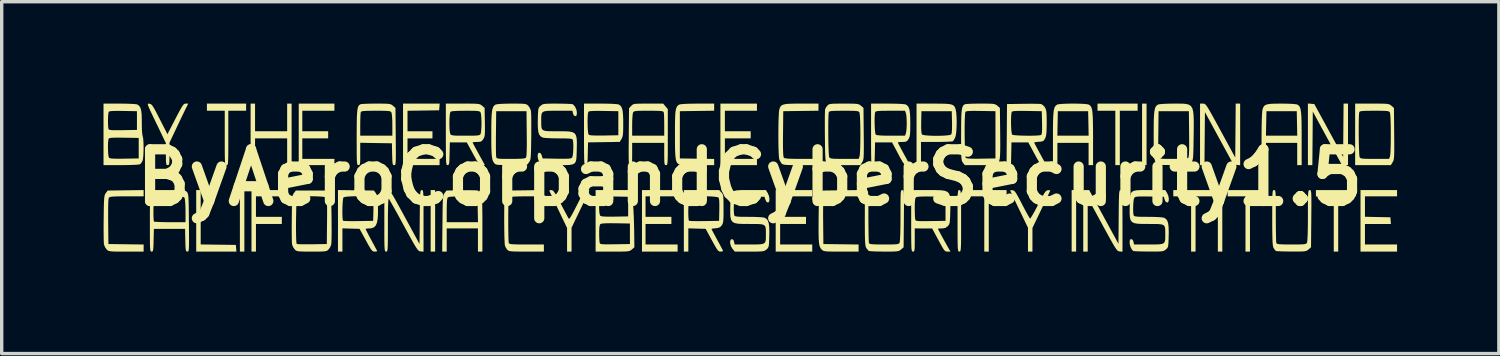
<source format=kicad_pcb>
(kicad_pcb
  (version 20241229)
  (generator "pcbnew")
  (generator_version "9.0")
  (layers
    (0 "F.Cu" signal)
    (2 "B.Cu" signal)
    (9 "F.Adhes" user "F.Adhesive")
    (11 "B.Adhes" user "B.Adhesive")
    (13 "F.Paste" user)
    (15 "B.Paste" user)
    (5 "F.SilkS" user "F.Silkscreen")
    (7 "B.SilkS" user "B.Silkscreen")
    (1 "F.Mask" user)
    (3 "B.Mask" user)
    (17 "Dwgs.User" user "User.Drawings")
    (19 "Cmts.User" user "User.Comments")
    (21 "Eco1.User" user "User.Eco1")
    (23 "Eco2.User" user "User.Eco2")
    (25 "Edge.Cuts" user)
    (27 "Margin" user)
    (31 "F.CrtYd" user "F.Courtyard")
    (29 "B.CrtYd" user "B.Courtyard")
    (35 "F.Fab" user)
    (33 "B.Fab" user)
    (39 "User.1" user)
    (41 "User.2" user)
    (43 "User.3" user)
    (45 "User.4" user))
  (footprint "ByAeroCorpandCyberSecurity1.5"
    (layer "F.Cu")
    (at 19.043 2.183)
    (property "Reference" "ByAeroCorpandCyberSecurity1.5" (at 0 0 0) (layer "F.SilkS") (effects (font (size 1.524 1.524) (thickness 0.3))))
    (attr board_only exclude_from_pos_files exclude_from_bom)
    (fp_poly (pts (xy -14.893 2.18) (xy -15.025 2.18) (xy -15.025 0.368) (xy -14.893 0.368)) (stroke (width 0) (type solid)) (fill yes) (layer "F.SilkS"))
    (fp_poly (pts (xy -9.272 2.18) (xy -9.404 2.18) (xy -9.404 0.368) (xy -9.272 0.368)) (stroke (width 0) (type solid)) (fill yes) (layer "F.SilkS"))
    (fp_poly (pts (xy 9.614 2.18) (xy 9.482 2.18) (xy 9.482 0.368) (xy 9.614 0.368)) (stroke (width 0) (type solid)) (fill yes) (layer "F.SilkS"))
    (fp_poly (pts (xy 11.689 -0.368) (xy 11.557 -0.368) (xy 11.557 -2.18) (xy 11.689 -2.18)) (stroke (width 0) (type solid)) (fill yes) (layer "F.SilkS"))
    (fp_poly (pts (xy 13.921 2.18) (xy 13.79 2.18) (xy 13.79 0.368) (xy 13.921 0.368)) (stroke (width 0) (type solid)) (fill yes) (layer "F.SilkS"))
    (fp_poly (pts (xy -16.18 1.969) (xy -15.662 1.976) (xy -15.143 1.983) (xy -15.135 2.082) (xy -15.127 2.18) (xy -16.312 2.18) (xy -16.312 0.368) (xy -16.18 0.368)) (stroke (width 0) (type solid)) (fill yes) (layer "F.SilkS"))
    (fp_poly (pts (xy 7.565 0.552) (xy 7.04 0.552) (xy 7.04 2.18) (xy 6.908 2.18) (xy 6.908 0.552) (xy 6.383 0.552) (xy 6.383 0.368) (xy 7.565 0.368)) (stroke (width 0) (type solid)) (fill yes) (layer "F.SilkS"))
    (fp_poly (pts (xy 11.426 -1.97) (xy 10.901 -1.97) (xy 10.901 -0.368) (xy 10.769 -0.368) (xy 10.769 -1.97) (xy 10.244 -1.97) (xy 10.244 -2.18) (xy 11.426 -2.18)) (stroke (width 0) (type solid)) (fill yes) (layer "F.SilkS"))
    (fp_poly (pts (xy 13.659 0.552) (xy 13.133 0.552) (xy 13.133 2.18) (xy 13.002 2.18) (xy 13.002 0.552) (xy 12.477 0.552) (xy 12.477 0.368) (xy 13.659 0.368)) (stroke (width 0) (type solid)) (fill yes) (layer "F.SilkS"))
    (fp_poly (pts (xy 15.261 0.552) (xy 14.736 0.552) (xy 14.736 2.18) (xy 14.604 2.18) (xy 14.604 0.552) (xy 14.079 0.552) (xy 14.079 0.368) (xy 15.261 0.368)) (stroke (width 0) (type solid)) (fill yes) (layer "F.SilkS"))
    (fp_poly (pts (xy 17.861 0.552) (xy 17.336 0.552) (xy 17.336 2.18) (xy 17.205 2.18) (xy 17.205 0.552) (xy 16.679 0.552) (xy 16.679 0.368) (xy 17.861 0.368)) (stroke (width 0) (type solid)) (fill yes) (layer "F.SilkS"))
    (fp_poly (pts (xy -13.606 0.552) (xy -14.552 0.552) (xy -14.552 1.156) (xy -13.79 1.156) (xy -13.79 1.366) (xy -14.552 1.366) (xy -14.552 2.18) (xy -14.683 2.18) (xy -14.683 0.368) (xy -13.606 0.368)) (stroke (width 0) (type solid)) (fill yes) (layer "F.SilkS"))
    (fp_poly (pts (xy -14.578 -1.366) (xy -13.632 -1.366) (xy -13.632 -2.18) (xy -13.501 -2.18) (xy -13.501 -0.368) (xy -13.632 -0.368) (xy -13.632 -1.156) (xy -14.578 -1.156) (xy -14.578 -0.368) (xy -14.709 -0.368) (xy -14.709 -2.18) (xy -14.578 -2.18)) (stroke (width 0) (type solid)) (fill yes) (layer "F.SilkS"))
    (fp_poly (pts (xy -12.24 -1.97) (xy -13.186 -1.97) (xy -13.186 -1.366) (xy -12.424 -1.366) (xy -12.424 -1.156) (xy -13.186 -1.156) (xy -13.186 -0.552) (xy -12.24 -0.552) (xy -12.24 -0.368) (xy -13.291 -0.368) (xy -13.291 -2.18) (xy -12.24 -2.18)) (stroke (width 0) (type solid)) (fill yes) (layer "F.SilkS"))
    (fp_poly (pts (xy -2.128 0.552) (xy -3.073 0.552) (xy -3.073 1.156) (xy -2.311 1.156) (xy -2.311 1.366) (xy -3.073 1.366) (xy -3.073 1.97) (xy -2.128 1.97) (xy -2.128 2.18) (xy -3.178 2.18) (xy -3.178 0.368) (xy -2.128 0.368)) (stroke (width 0) (type solid)) (fill yes) (layer "F.SilkS"))
    (fp_poly (pts (xy 0.21 -1.97) (xy -0.735 -1.97) (xy -0.735 -1.366) (xy 0.026 -1.366) (xy 0.026 -1.156) (xy -0.735 -1.156) (xy -0.735 -0.552) (xy 0.21 -0.552) (xy 0.21 -0.368) (xy -0.867 -0.368) (xy -0.867 -2.18) (xy 0.21 -2.18)) (stroke (width 0) (type solid)) (fill yes) (layer "F.SilkS"))
    (fp_poly (pts (xy 1.839 0.552) (xy 0.893 0.552) (xy 0.893 1.156) (xy 1.655 1.156) (xy 1.655 1.366) (xy 0.893 1.366) (xy 0.893 1.97) (xy 1.839 1.97) (xy 1.839 2.18) (xy 0.762 2.18) (xy 0.762 0.368) (xy 1.839 0.368)) (stroke (width 0) (type solid)) (fill yes) (layer "F.SilkS"))
    (fp_poly (pts (xy 16.632 -2.167) (xy 17.056 -1.389) (xy 17.481 -0.61) (xy 17.494 -2.18) (xy 17.625 -2.18) (xy 17.625 -0.368) (xy 17.447 -0.368) (xy 17.017 -1.157) (xy 16.587 -1.947) (xy 16.581 -1.157) (xy 16.574 -0.368) (xy 16.443 -0.368) (xy 16.443 -2.183)) (stroke (width 0) (type solid)) (fill yes) (layer "F.SilkS"))
    (fp_poly (pts (xy 19.07 0.552) (xy 18.124 0.552) (xy 18.124 1.154) (xy 18.873 1.169) (xy 18.881 1.267) (xy 18.889 1.366) (xy 18.124 1.366) (xy 18.124 1.97) (xy 19.07 1.97) (xy 19.07 2.18) (xy 17.993 2.18) (xy 17.993 0.368) (xy 19.07 0.368)) (stroke (width 0) (type solid)) (fill yes) (layer "F.SilkS"))
    (fp_poly (pts (xy -9.146 -2.082) (xy -9.154 -1.983) (xy -9.62 -1.976) (xy -10.086 -1.969) (xy -10.086 -1.366) (xy -9.351 -1.366) (xy -9.351 -1.156) (xy -10.086 -1.156) (xy -10.086 -0.552) (xy -9.141 -0.552) (xy -9.141 -0.368) (xy -10.218 -0.368) (xy -10.218 -2.18) (xy -9.138 -2.18)) (stroke (width 0) (type solid)) (fill yes) (layer "F.SilkS"))
    (fp_poly (pts (xy 13.374 -2.179) (xy 13.396 -2.174) (xy 13.418 -2.159) (xy 13.445 -2.131) (xy 13.478 -2.084) (xy 13.521 -2.015) (xy 13.577 -1.918) (xy 13.649 -1.789) (xy 13.74 -1.624) (xy 13.852 -1.418) (xy 13.87 -1.386) (xy 14.302 -0.591) (xy 14.309 -1.386) (xy 14.316 -2.18) (xy 14.447 -2.18) (xy 14.447 -0.365) (xy 14.253 -0.381) (xy 13.831 -1.155) (xy 13.409 -1.93) (xy 13.395 -0.368) (xy 13.265 -0.368) (xy 13.265 -2.18) (xy 13.351 -2.18)) (stroke (width 0) (type solid)) (fill yes) (layer "F.SilkS"))
    (fp_poly (pts (xy -14.841 -1.97) (xy -15.366 -1.97) (xy -15.366 -1.169) (xy -15.366 -0.943) (xy -15.367 -0.764) (xy -15.368 -0.627) (xy -15.371 -0.525) (xy -15.375 -0.455) (xy -15.38 -0.409) (xy -15.389 -0.383) (xy -15.399 -0.371) (xy -15.413 -0.368) (xy -15.419 -0.368) (xy -15.433 -0.369) (xy -15.445 -0.377) (xy -15.454 -0.398) (xy -15.461 -0.436) (xy -15.465 -0.497) (xy -15.468 -0.587) (xy -15.47 -0.711) (xy -15.471 -0.874) (xy -15.471 -1.083) (xy -15.471 -1.169) (xy -15.471 -1.97) (xy -15.996 -1.97) (xy -15.996 -2.18) (xy -14.841 -2.18)) (stroke (width 0) (type solid)) (fill yes) (layer "F.SilkS"))
    (fp_poly (pts (xy -1.051 -1.971) (xy -1.556 -1.964) (xy -2.062 -1.957) (xy -2.062 -0.565) (xy -1.051 -0.55) (xy -1.051 -0.368) (xy -1.558 -0.368) (xy -1.755 -0.369) (xy -1.905 -0.373) (xy -2.011 -0.379) (xy -2.078 -0.389) (xy -2.108 -0.401) (xy -2.136 -0.427) (xy -2.159 -0.464) (xy -2.176 -0.517) (xy -2.188 -0.591) (xy -2.197 -0.693) (xy -2.203 -0.828) (xy -2.205 -1.003) (xy -2.206 -1.224) (xy -2.206 -1.277) (xy -2.206 -1.506) (xy -2.203 -1.688) (xy -2.199 -1.83) (xy -2.19 -1.937) (xy -2.177 -2.016) (xy -2.159 -2.071) (xy -2.135 -2.11) (xy -2.103 -2.137) (xy -2.077 -2.153) (xy -2.033 -2.162) (xy -1.944 -2.17) (xy -1.819 -2.176) (xy -1.664 -2.179) (xy -1.538 -2.18) (xy -1.051 -2.18)) (stroke (width 0) (type solid)) (fill yes) (layer "F.SilkS"))
    (fp_poly (pts (xy 6.187 0.369) (xy 6.198 0.377) (xy 6.207 0.396) (xy 6.214 0.431) (xy 6.218 0.488) (xy 6.222 0.573) (xy 6.224 0.689) (xy 6.225 0.842) (xy 6.225 1.038) (xy 6.225 1.274) (xy 6.225 1.516) (xy 6.225 1.71) (xy 6.224 1.863) (xy 6.222 1.978) (xy 6.218 2.061) (xy 6.213 2.118) (xy 6.207 2.153) (xy 6.198 2.171) (xy 6.186 2.179) (xy 6.173 2.18) (xy 6.159 2.179) (xy 6.147 2.171) (xy 6.139 2.152) (xy 6.132 2.117) (xy 6.127 2.059) (xy 6.124 1.975) (xy 6.122 1.859) (xy 6.121 1.706) (xy 6.12 1.51) (xy 6.12 1.274) (xy 6.12 1.032) (xy 6.121 0.838) (xy 6.122 0.685) (xy 6.124 0.57) (xy 6.127 0.487) (xy 6.132 0.43) (xy 6.139 0.395) (xy 6.148 0.376) (xy 6.159 0.369) (xy 6.173 0.368)) (stroke (width 0) (type solid)) (fill yes) (layer "F.SilkS"))
    (fp_poly (pts (xy 10.43 1.16) (xy 10.861 1.951) (xy 10.868 1.16) (xy 10.87 0.935) (xy 10.872 0.757) (xy 10.875 0.621) (xy 10.879 0.521) (xy 10.883 0.452) (xy 10.89 0.407) (xy 10.898 0.382) (xy 10.909 0.371) (xy 10.923 0.368) (xy 10.927 0.368) (xy 10.941 0.369) (xy 10.952 0.377) (xy 10.961 0.396) (xy 10.968 0.432) (xy 10.973 0.49) (xy 10.976 0.575) (xy 10.978 0.692) (xy 10.979 0.846) (xy 10.979 1.042) (xy 10.98 1.276) (xy 10.98 2.183) (xy 10.896 2.175) (xy 10.872 2.171) (xy 10.85 2.162) (xy 10.826 2.142) (xy 10.797 2.107) (xy 10.76 2.053) (xy 10.712 1.974) (xy 10.651 1.867) (xy 10.572 1.726) (xy 10.474 1.547) (xy 10.383 1.38) (xy 9.955 0.593) (xy 9.955 2.18) (xy 9.824 2.18) (xy 9.824 0.368) (xy 9.999 0.368)) (stroke (width 0) (type solid)) (fill yes) (layer "F.SilkS"))
    (fp_poly (pts (xy 15.827 -2.178) (xy 15.963 -2.173) (xy 16.065 -2.165) (xy 16.125 -2.155) (xy 16.132 -2.152) (xy 16.166 -2.13) (xy 16.193 -2.1) (xy 16.215 -2.056) (xy 16.231 -1.994) (xy 16.243 -1.908) (xy 16.251 -1.792) (xy 16.256 -1.641) (xy 16.258 -1.45) (xy 16.259 -1.213) (xy 16.259 -1.157) (xy 16.259 -0.368) (xy 16.128 -0.368) (xy 16.128 -1.024) (xy 15.208 -1.024) (xy 15.208 -0.368) (xy 15.077 -0.368) (xy 15.077 -1.136) (xy 15.078 -1.235) (xy 15.207 -1.235) (xy 16.129 -1.235) (xy 16.122 -1.596) (xy 16.115 -1.957) (xy 15.222 -1.957) (xy 15.214 -1.596) (xy 15.207 -1.235) (xy 15.078 -1.235) (xy 15.078 -1.355) (xy 15.081 -1.553) (xy 15.085 -1.724) (xy 15.091 -1.86) (xy 15.098 -1.956) (xy 15.105 -2.002) (xy 15.125 -2.064) (xy 15.153 -2.109) (xy 15.195 -2.141) (xy 15.26 -2.162) (xy 15.355 -2.174) (xy 15.487 -2.179) (xy 15.663 -2.18)) (stroke (width 0) (type solid)) (fill yes) (layer "F.SilkS"))
    (fp_poly (pts (xy 7.742 0.373) (xy 7.77 0.38) (xy 7.798 0.4) (xy 7.83 0.438) (xy 7.87 0.501) (xy 7.923 0.597) (xy 7.993 0.73) (xy 8.024 0.791) (xy 8.094 0.925) (xy 8.156 1.041) (xy 8.208 1.131) (xy 8.243 1.189) (xy 8.258 1.207) (xy 8.277 1.186) (xy 8.315 1.126) (xy 8.369 1.034) (xy 8.432 0.916) (xy 8.495 0.797) (xy 8.573 0.646) (xy 8.632 0.536) (xy 8.677 0.461) (xy 8.711 0.413) (xy 8.74 0.386) (xy 8.768 0.375) (xy 8.78 0.373) (xy 8.832 0.37) (xy 8.852 0.377) (xy 8.841 0.403) (xy 8.811 0.47) (xy 8.764 0.57) (xy 8.703 0.697) (xy 8.633 0.845) (xy 8.589 0.936) (xy 8.327 1.484) (xy 8.327 2.18) (xy 8.195 2.18) (xy 8.195 1.477) (xy 7.933 0.932) (xy 7.858 0.777) (xy 7.791 0.638) (xy 7.736 0.521) (xy 7.696 0.435) (xy 7.673 0.385) (xy 7.67 0.376) (xy 7.692 0.37)) (stroke (width 0) (type solid)) (fill yes) (layer "F.SilkS"))
    (fp_poly (pts (xy -4.748 0.371) (xy -4.728 0.378) (xy -4.739 0.403) (xy -4.77 0.469) (xy -4.817 0.569) (xy -4.877 0.696) (xy -4.948 0.843) (xy -4.991 0.932) (xy -5.253 1.477) (xy -5.253 2.18) (xy -5.385 2.18) (xy -5.385 1.484) (xy -5.647 0.936) (xy -5.722 0.78) (xy -5.788 0.641) (xy -5.843 0.524) (xy -5.884 0.438) (xy -5.906 0.388) (xy -5.91 0.378) (xy -5.888 0.37) (xy -5.846 0.368) (xy -5.819 0.373) (xy -5.792 0.392) (xy -5.76 0.432) (xy -5.718 0.498) (xy -5.662 0.598) (xy -5.588 0.737) (xy -5.572 0.768) (xy -5.501 0.903) (xy -5.438 1.023) (xy -5.386 1.119) (xy -5.351 1.185) (xy -5.337 1.208) (xy -5.322 1.211) (xy -5.296 1.183) (xy -5.257 1.121) (xy -5.202 1.02) (xy -5.128 0.877) (xy -5.093 0.808) (xy -5.015 0.653) (xy -4.957 0.54) (xy -4.912 0.461) (xy -4.879 0.411) (xy -4.851 0.383) (xy -4.826 0.37) (xy -4.801 0.368)) (stroke (width 0) (type solid)) (fill yes) (layer "F.SilkS"))
    (fp_poly (pts (xy 9.725 -2.177) (xy 9.844 -2.172) (xy 9.934 -2.163) (xy 9.984 -2.152) (xy 9.985 -2.152) (xy 10.019 -2.13) (xy 10.047 -2.1) (xy 10.068 -2.056) (xy 10.085 -1.994) (xy 10.096 -1.908) (xy 10.104 -1.792) (xy 10.109 -1.641) (xy 10.112 -1.45) (xy 10.113 -1.213) (xy 10.113 -1.157) (xy 10.113 -0.368) (xy 9.981 -0.368) (xy 9.981 -1.024) (xy 9.062 -1.024) (xy 9.062 -0.368) (xy 8.931 -0.368) (xy 8.931 -1.157) (xy 8.931 -1.235) (xy 9.061 -1.235) (xy 9.983 -1.235) (xy 9.976 -1.596) (xy 9.968 -1.957) (xy 9.075 -1.957) (xy 9.068 -1.596) (xy 9.061 -1.235) (xy 8.931 -1.235) (xy 8.931 -1.404) (xy 8.933 -1.605) (xy 8.938 -1.764) (xy 8.945 -1.886) (xy 8.956 -1.978) (xy 8.971 -2.045) (xy 8.992 -2.092) (xy 9.018 -2.124) (xy 9.05 -2.147) (xy 9.058 -2.152) (xy 9.106 -2.163) (xy 9.194 -2.171) (xy 9.312 -2.177) (xy 9.448 -2.18) (xy 9.589 -2.18)) (stroke (width 0) (type solid)) (fill yes) (layer "F.SilkS"))
    (fp_poly (pts (xy -17.861 0.552) (xy -18.357 0.552) (xy -18.54 0.552) (xy -18.677 0.555) (xy -18.773 0.56) (xy -18.837 0.568) (xy -18.872 0.579) (xy -18.883 0.588) (xy -18.893 0.62) (xy -18.901 0.692) (xy -18.905 0.807) (xy -18.907 0.966) (xy -18.907 1.174) (xy -18.906 1.29) (xy -18.899 1.957) (xy -18.38 1.964) (xy -17.861 1.971) (xy -17.861 2.18) (xy -18.375 2.18) (xy -18.551 2.18) (xy -18.683 2.179) (xy -18.777 2.176) (xy -18.842 2.17) (xy -18.886 2.161) (xy -18.915 2.148) (xy -18.938 2.13) (xy -18.951 2.117) (xy -19.001 2.045) (xy -19.03 1.966) (xy -19.034 1.916) (xy -19.037 1.822) (xy -19.039 1.692) (xy -19.04 1.533) (xy -19.04 1.355) (xy -19.038 1.204) (xy -19.036 0.997) (xy -19.033 0.836) (xy -19.029 0.715) (xy -19.024 0.626) (xy -19.017 0.563) (xy -19.008 0.519) (xy -18.996 0.487) (xy -18.98 0.462) (xy -18.975 0.455) (xy -18.92 0.381) (xy -18.391 0.374) (xy -17.861 0.367)) (stroke (width 0) (type solid)) (fill yes) (layer "F.SilkS"))
    (fp_poly (pts (xy 3.205 0.552) (xy 2.709 0.552) (xy 2.526 0.552) (xy 2.389 0.555) (xy 2.293 0.56) (xy 2.229 0.568) (xy 2.194 0.579) (xy 2.183 0.588) (xy 2.173 0.62) (xy 2.165 0.692) (xy 2.161 0.807) (xy 2.159 0.966) (xy 2.159 1.174) (xy 2.16 1.29) (xy 2.167 1.957) (xy 2.686 1.964) (xy 3.205 1.971) (xy 3.205 2.18) (xy 2.691 2.18) (xy 2.515 2.18) (xy 2.383 2.179) (xy 2.289 2.176) (xy 2.224 2.17) (xy 2.18 2.161) (xy 2.151 2.148) (xy 2.128 2.13) (xy 2.115 2.118) (xy 2.088 2.085) (xy 2.066 2.045) (xy 2.049 1.991) (xy 2.038 1.917) (xy 2.03 1.817) (xy 2.026 1.686) (xy 2.025 1.518) (xy 2.026 1.305) (xy 2.027 1.177) (xy 2.03 0.975) (xy 2.033 0.819) (xy 2.037 0.701) (xy 2.042 0.616) (xy 2.05 0.555) (xy 2.06 0.513) (xy 2.073 0.483) (xy 2.09 0.457) (xy 2.091 0.455) (xy 2.146 0.381) (xy 2.675 0.374) (xy 3.205 0.367)) (stroke (width 0) (type solid)) (fill yes) (layer "F.SilkS"))
    (fp_poly (pts (xy 2.023 -1.971) (xy 1.504 -1.964) (xy 0.985 -1.957) (xy 0.978 -1.29) (xy 0.976 -1.059) (xy 0.977 -0.877) (xy 0.981 -0.741) (xy 0.987 -0.649) (xy 0.996 -0.598) (xy 1.001 -0.588) (xy 1.023 -0.574) (xy 1.069 -0.565) (xy 1.145 -0.558) (xy 1.257 -0.554) (xy 1.411 -0.552) (xy 1.527 -0.552) (xy 2.023 -0.552) (xy 2.023 -0.368) (xy 1.501 -0.368) (xy 1.321 -0.368) (xy 1.186 -0.37) (xy 1.089 -0.373) (xy 1.022 -0.379) (xy 0.979 -0.389) (xy 0.952 -0.401) (xy 0.938 -0.414) (xy 0.898 -0.473) (xy 0.869 -0.534) (xy 0.86 -0.584) (xy 0.853 -0.677) (xy 0.847 -0.805) (xy 0.843 -0.959) (xy 0.841 -1.128) (xy 0.841 -1.305) (xy 0.842 -1.48) (xy 0.845 -1.645) (xy 0.85 -1.789) (xy 0.856 -1.905) (xy 0.864 -1.983) (xy 0.868 -2.002) (xy 0.886 -2.059) (xy 0.91 -2.103) (xy 0.946 -2.134) (xy 1.002 -2.156) (xy 1.083 -2.17) (xy 1.198 -2.177) (xy 1.352 -2.18) (xy 1.516 -2.18) (xy 2.023 -2.18)) (stroke (width 0) (type solid)) (fill yes) (layer "F.SilkS"))
    (fp_poly (pts (xy -16.61 -2.055) (xy -16.641 -1.991) (xy -16.69 -1.89) (xy -16.752 -1.762) (xy -16.821 -1.617) (xy -16.886 -1.479) (xy -17.1 -1.027) (xy -17.1 -0.697) (xy -17.1 -0.561) (xy -17.102 -0.468) (xy -17.108 -0.411) (xy -17.118 -0.381) (xy -17.134 -0.369) (xy -17.152 -0.368) (xy -17.174 -0.371) (xy -17.189 -0.386) (xy -17.198 -0.421) (xy -17.203 -0.485) (xy -17.205 -0.587) (xy -17.205 -0.691) (xy -17.205 -1.014) (xy -17.456 -1.538) (xy -17.549 -1.73) (xy -17.621 -1.88) (xy -17.674 -1.993) (xy -17.71 -2.074) (xy -17.731 -2.128) (xy -17.739 -2.16) (xy -17.735 -2.176) (xy -17.722 -2.18) (xy -17.701 -2.178) (xy -17.684 -2.175) (xy -17.657 -2.168) (xy -17.63 -2.15) (xy -17.599 -2.114) (xy -17.561 -2.054) (xy -17.51 -1.963) (xy -17.444 -1.836) (xy -17.386 -1.723) (xy -17.16 -1.279) (xy -16.926 -1.73) (xy -16.845 -1.886) (xy -16.783 -2.001) (xy -16.736 -2.082) (xy -16.701 -2.134) (xy -16.673 -2.164) (xy -16.647 -2.177) (xy -16.621 -2.18) (xy -16.62 -2.18) (xy -16.547 -2.18)) (stroke (width 0) (type solid)) (fill yes) (layer "F.SilkS"))
    (fp_poly (pts (xy -8.225 0.372) (xy -8.117 0.373) (xy -8.044 0.377) (xy -8.021 0.38) (xy -7.973 0.411) (xy -7.928 0.472) (xy -7.923 0.483) (xy -7.91 0.515) (xy -7.901 0.559) (xy -7.893 0.619) (xy -7.888 0.703) (xy -7.884 0.815) (xy -7.882 0.962) (xy -7.88 1.15) (xy -7.88 1.376) (xy -7.88 2.18) (xy -8.011 2.18) (xy -8.011 1.497) (xy -8.931 1.497) (xy -8.931 2.18) (xy -9.064 2.18) (xy -9.057 1.355) (xy -9.056 1.313) (xy -8.931 1.313) (xy -8.01 1.313) (xy -8.025 0.565) (xy -8.441 0.557) (xy -8.628 0.556) (xy -8.764 0.559) (xy -8.852 0.567) (xy -8.894 0.58) (xy -8.894 0.58) (xy -8.91 0.607) (xy -8.921 0.662) (xy -8.927 0.751) (xy -8.93 0.882) (xy -8.931 0.962) (xy -8.931 1.313) (xy -9.056 1.313) (xy -9.054 1.124) (xy -9.052 0.94) (xy -9.049 0.797) (xy -9.045 0.689) (xy -9.04 0.609) (xy -9.033 0.553) (xy -9.024 0.513) (xy -9.013 0.485) (xy -8.998 0.462) (xy -8.994 0.455) (xy -8.938 0.381) (xy -8.508 0.373) (xy -8.359 0.372)) (stroke (width 0) (type solid)) (fill yes) (layer "F.SilkS"))
    (fp_poly (pts (xy 5.611 -2.179) (xy 5.758 -2.176) (xy 5.867 -2.168) (xy 5.944 -2.153) (xy 5.995 -2.13) (xy 6.029 -2.097) (xy 6.051 -2.051) (xy 6.066 -2.002) (xy 6.082 -1.914) (xy 6.091 -1.793) (xy 6.095 -1.653) (xy 6.092 -1.509) (xy 6.085 -1.374) (xy 6.072 -1.263) (xy 6.054 -1.189) (xy 6.053 -1.189) (xy 6.02 -1.122) (xy 5.987 -1.077) (xy 5.981 -1.072) (xy 5.946 -1.065) (xy 5.867 -1.059) (xy 5.754 -1.055) (xy 5.616 -1.052) (xy 5.496 -1.051) (xy 5.043 -1.051) (xy 5.043 -0.368) (xy 4.912 -0.368) (xy 4.912 -1.464) (xy 5.048 -1.464) (xy 5.054 -1.347) (xy 5.066 -1.282) (xy 5.072 -1.271) (xy 5.111 -1.256) (xy 5.19 -1.244) (xy 5.299 -1.236) (xy 5.427 -1.232) (xy 5.56 -1.232) (xy 5.689 -1.235) (xy 5.801 -1.243) (xy 5.886 -1.254) (xy 5.931 -1.269) (xy 5.934 -1.271) (xy 5.949 -1.319) (xy 5.957 -1.418) (xy 5.958 -1.568) (xy 5.957 -1.632) (xy 5.949 -1.957) (xy 5.056 -1.957) (xy 5.049 -1.632) (xy 5.048 -1.464) (xy 4.912 -1.464) (xy 4.912 -2.18) (xy 5.418 -2.18)) (stroke (width 0) (type solid)) (fill yes) (layer "F.SilkS"))
    (fp_poly (pts (xy -6.068 0.552) (xy -6.561 0.552) (xy -6.758 0.553) (xy -6.905 0.557) (xy -7.007 0.564) (xy -7.067 0.574) (xy -7.087 0.583) (xy -7.098 0.611) (xy -7.106 0.675) (xy -7.112 0.777) (xy -7.116 0.921) (xy -7.118 1.112) (xy -7.118 1.251) (xy -7.118 1.43) (xy -7.116 1.594) (xy -7.113 1.733) (xy -7.11 1.841) (xy -7.105 1.909) (xy -7.102 1.928) (xy -7.091 1.943) (xy -7.064 1.954) (xy -7.016 1.961) (xy -6.939 1.966) (xy -6.826 1.969) (xy -6.671 1.97) (xy -6.577 1.97) (xy -6.068 1.97) (xy -6.068 2.18) (xy -6.58 2.18) (xy -6.757 2.18) (xy -6.89 2.178) (xy -6.985 2.175) (xy -7.05 2.169) (xy -7.093 2.16) (xy -7.122 2.147) (xy -7.143 2.129) (xy -7.144 2.128) (xy -7.191 2.062) (xy -7.216 2.004) (xy -7.222 1.958) (xy -7.226 1.868) (xy -7.231 1.741) (xy -7.234 1.585) (xy -7.236 1.408) (xy -7.237 1.23) (xy -7.236 1.019) (xy -7.236 0.855) (xy -7.234 0.73) (xy -7.23 0.637) (xy -7.224 0.572) (xy -7.216 0.526) (xy -7.205 0.494) (xy -7.191 0.468) (xy -7.181 0.455) (xy -7.126 0.381) (xy -6.597 0.374) (xy -6.068 0.367)) (stroke (width 0) (type solid)) (fill yes) (layer "F.SilkS"))
    (fp_poly (pts (xy -4.227 -2.179) (xy -4.079 -2.175) (xy -3.963 -2.168) (xy -3.886 -2.16) (xy -3.86 -2.153) (xy -3.812 -2.118) (xy -3.777 -2.068) (xy -3.753 -1.994) (xy -3.739 -1.89) (xy -3.731 -1.746) (xy -3.73 -1.597) (xy -3.731 -1.444) (xy -3.734 -1.334) (xy -3.741 -1.256) (xy -3.753 -1.201) (xy -3.77 -1.158) (xy -3.782 -1.137) (xy -3.833 -1.052) (xy -4.3 -1.045) (xy -4.767 -1.038) (xy -4.775 -0.703) (xy -4.778 -0.565) (xy -4.783 -0.471) (xy -4.79 -0.413) (xy -4.801 -0.382) (xy -4.817 -0.37) (xy -4.834 -0.368) (xy -4.848 -0.369) (xy -4.859 -0.377) (xy -4.867 -0.397) (xy -4.874 -0.434) (xy -4.879 -0.492) (xy -4.882 -0.578) (xy -4.884 -0.696) (xy -4.885 -0.851) (xy -4.886 -1.049) (xy -4.886 -1.274) (xy -4.886 -1.705) (xy -4.781 -1.705) (xy -4.78 -1.587) (xy -4.777 -1.471) (xy -4.77 -1.37) (xy -4.76 -1.297) (xy -4.748 -1.265) (xy -4.718 -1.252) (xy -4.652 -1.244) (xy -4.547 -1.24) (xy -4.398 -1.239) (xy -4.295 -1.24) (xy -3.874 -1.248) (xy -3.874 -1.957) (xy -4.306 -1.964) (xy -4.477 -1.966) (xy -4.602 -1.965) (xy -4.687 -1.96) (xy -4.737 -1.951) (xy -4.758 -1.938) (xy -4.758 -1.938) (xy -4.77 -1.894) (xy -4.777 -1.812) (xy -4.781 -1.705) (xy -4.886 -1.705) (xy -4.886 -2.18) (xy -4.398 -2.18)) (stroke (width 0) (type solid)) (fill yes) (layer "F.SilkS"))
    (fp_poly (pts (xy -3.501 0.439) (xy -3.479 0.499) (xy -3.459 0.61) (xy -3.442 0.767) (xy -3.428 0.968) (xy -3.417 1.21) (xy -3.409 1.49) (xy -3.406 1.69) (xy -3.402 2.053) (xy -3.475 2.117) (xy -3.503 2.139) (xy -3.531 2.155) (xy -3.569 2.166) (xy -3.624 2.174) (xy -3.705 2.178) (xy -3.819 2.18) (xy -3.975 2.18) (xy -4.047 2.18) (xy -4.544 2.18) (xy -4.544 1.643) (xy -4.439 1.643) (xy -4.437 1.755) (xy -4.433 1.85) (xy -4.426 1.914) (xy -4.423 1.929) (xy -4.411 1.945) (xy -4.385 1.956) (xy -4.336 1.963) (xy -4.259 1.966) (xy -4.144 1.966) (xy -3.984 1.964) (xy -3.97 1.964) (xy -3.533 1.957) (xy -3.533 1.353) (xy -3.95 1.345) (xy -4.136 1.344) (xy -4.272 1.347) (xy -4.36 1.355) (xy -4.402 1.368) (xy -4.403 1.368) (xy -4.422 1.403) (xy -4.434 1.474) (xy -4.439 1.588) (xy -4.439 1.643) (xy -4.544 1.643) (xy -4.544 0.908) (xy -4.44 0.908) (xy -4.435 1.008) (xy -4.423 1.086) (xy -4.407 1.125) (xy -4.375 1.138) (xy -4.308 1.147) (xy -4.2 1.151) (xy -4.047 1.151) (xy -3.98 1.15) (xy -3.585 1.143) (xy -3.585 0.565) (xy -3.976 0.557) (xy -4.157 0.556) (xy -4.288 0.56) (xy -4.37 0.569) (xy -4.403 0.58) (xy -4.421 0.621) (xy -4.433 0.699) (xy -4.44 0.8) (xy -4.44 0.908) (xy -4.544 0.908) (xy -4.544 0.368) (xy -3.547 0.368)) (stroke (width 0) (type solid)) (fill yes) (layer "F.SilkS"))
    (fp_poly (pts (xy 18.506 -2.18) (xy 18.635 -2.179) (xy 18.728 -2.176) (xy 18.792 -2.17) (xy 18.835 -2.16) (xy 18.866 -2.146) (xy 18.893 -2.126) (xy 18.904 -2.117) (xy 18.978 -2.053) (xy 18.985 -1.296) (xy 18.987 -1.076) (xy 18.988 -0.902) (xy 18.987 -0.768) (xy 18.985 -0.667) (xy 18.98 -0.594) (xy 18.974 -0.542) (xy 18.964 -0.504) (xy 18.952 -0.475) (xy 18.939 -0.453) (xy 18.887 -0.368) (xy 17.835 -0.368) (xy 17.835 -1.377) (xy 17.94 -1.377) (xy 17.941 -1.211) (xy 17.943 -1.049) (xy 17.947 -0.899) (xy 17.952 -0.771) (xy 17.957 -0.672) (xy 17.964 -0.613) (xy 17.967 -0.602) (xy 17.981 -0.583) (xy 18.004 -0.57) (xy 18.045 -0.561) (xy 18.111 -0.555) (xy 18.21 -0.553) (xy 18.351 -0.552) (xy 18.415 -0.552) (xy 18.835 -0.552) (xy 18.86 -0.619) (xy 18.869 -0.668) (xy 18.876 -0.758) (xy 18.881 -0.882) (xy 18.884 -1.028) (xy 18.885 -1.188) (xy 18.885 -1.353) (xy 18.884 -1.513) (xy 18.88 -1.659) (xy 18.875 -1.781) (xy 18.868 -1.87) (xy 18.86 -1.917) (xy 18.859 -1.919) (xy 18.845 -1.938) (xy 18.822 -1.952) (xy 18.782 -1.961) (xy 18.717 -1.966) (xy 18.619 -1.969) (xy 18.48 -1.97) (xy 18.402 -1.97) (xy 18.239 -1.969) (xy 18.122 -1.967) (xy 18.043 -1.962) (xy 17.993 -1.954) (xy 17.967 -1.943) (xy 17.956 -1.928) (xy 17.95 -1.885) (xy 17.945 -1.799) (xy 17.942 -1.679) (xy 17.94 -1.536) (xy 17.94 -1.377) (xy 17.835 -1.377) (xy 17.835 -2.18) (xy 18.333 -2.18)) (stroke (width 0) (type solid)) (fill yes) (layer "F.SilkS"))
    (fp_poly (pts (xy -11.606 0.374) (xy -11.077 0.381) (xy -11.022 0.455) (xy -10.997 0.495) (xy -10.98 0.544) (xy -10.969 0.614) (xy -10.962 0.716) (xy -10.957 0.833) (xy -10.955 1.043) (xy -10.964 1.207) (xy -10.986 1.328) (xy -11.023 1.413) (xy -11.077 1.466) (xy -11.15 1.492) (xy -11.215 1.497) (xy -11.281 1.501) (xy -11.318 1.511) (xy -11.321 1.515) (xy -11.309 1.543) (xy -11.276 1.608) (xy -11.227 1.702) (xy -11.167 1.814) (xy -11.15 1.845) (xy -11.088 1.96) (xy -11.036 2.057) (xy -10.998 2.129) (xy -10.98 2.166) (xy -10.98 2.168) (xy -11.002 2.177) (xy -11.056 2.18) (xy -11.088 2.177) (xy -11.116 2.163) (xy -11.147 2.131) (xy -11.186 2.073) (xy -11.239 1.984) (xy -11.309 1.856) (xy -11.315 1.845) (xy -11.499 1.51) (xy -11.751 1.503) (xy -12.004 1.495) (xy -12.004 2.18) (xy -12.135 2.18) (xy -12.135 1.033) (xy -12.005 1.033) (xy -12.003 1.14) (xy -11.997 1.222) (xy -11.988 1.267) (xy -11.986 1.27) (xy -11.955 1.276) (xy -11.88 1.28) (xy -11.771 1.282) (xy -11.638 1.282) (xy -11.533 1.281) (xy -11.098 1.274) (xy -11.09 0.949) (xy -11.089 0.781) (xy -11.095 0.664) (xy -11.107 0.599) (xy -11.113 0.588) (xy -11.151 0.574) (xy -11.229 0.563) (xy -11.338 0.555) (xy -11.464 0.55) (xy -11.597 0.549) (xy -11.726 0.552) (xy -11.838 0.558) (xy -11.924 0.568) (xy -11.97 0.581) (xy -11.972 0.583) (xy -11.984 0.62) (xy -11.993 0.696) (xy -12 0.798) (xy -12.004 0.915) (xy -12.005 1.033) (xy -12.135 1.033) (xy -12.135 0.367)) (stroke (width 0) (type solid)) (fill yes) (layer "F.SilkS"))
    (fp_poly (pts (xy -2.485 -2.099) (xy -2.417 -2.019) (xy -2.417 -1.193) (xy -2.417 -0.963) (xy -2.417 -0.781) (xy -2.418 -0.64) (xy -2.421 -0.535) (xy -2.425 -0.462) (xy -2.43 -0.414) (xy -2.438 -0.385) (xy -2.448 -0.372) (xy -2.461 -0.368) (xy -2.469 -0.368) (xy -2.491 -0.371) (xy -2.506 -0.385) (xy -2.515 -0.42) (xy -2.52 -0.484) (xy -2.521 -0.585) (xy -2.522 -0.696) (xy -2.522 -1.024) (xy -3.467 -1.024) (xy -3.467 -0.696) (xy -3.468 -0.56) (xy -3.47 -0.468) (xy -3.475 -0.411) (xy -3.486 -0.381) (xy -3.502 -0.369) (xy -3.521 -0.368) (xy -3.536 -0.369) (xy -3.547 -0.376) (xy -3.556 -0.395) (xy -3.563 -0.43) (xy -3.567 -0.487) (xy -3.569 -0.572) (xy -3.57 -0.69) (xy -3.57 -0.845) (xy -3.568 -1.045) (xy -3.567 -1.206) (xy -3.567 -1.235) (xy -3.467 -1.235) (xy -2.522 -1.235) (xy -2.522 -1.561) (xy -2.523 -1.69) (xy -2.526 -1.802) (xy -2.531 -1.885) (xy -2.537 -1.928) (xy -2.538 -1.928) (xy -2.55 -1.944) (xy -2.579 -1.955) (xy -2.631 -1.963) (xy -2.715 -1.967) (xy -2.837 -1.97) (xy -2.983 -1.97) (xy -3.143 -1.97) (xy -3.259 -1.968) (xy -3.338 -1.964) (xy -3.388 -1.956) (xy -3.418 -1.945) (xy -3.435 -1.928) (xy -3.44 -1.919) (xy -3.451 -1.874) (xy -3.459 -1.788) (xy -3.465 -1.675) (xy -3.467 -1.551) (xy -3.467 -1.235) (xy -3.567 -1.235) (xy -3.559 -2.045) (xy -3.495 -2.112) (xy -3.471 -2.137) (xy -3.445 -2.155) (xy -3.41 -2.167) (xy -3.357 -2.175) (xy -3.277 -2.178) (xy -3.163 -2.18) (xy -3.005 -2.18) (xy -2.553 -2.18)) (stroke (width 0) (type solid)) (fill yes) (layer "F.SilkS"))
    (fp_poly (pts (xy 6.961 -2.18) (xy 7.075 -2.178) (xy 7.154 -2.174) (xy 7.207 -2.165) (xy 7.245 -2.152) (xy 7.275 -2.133) (xy 7.294 -2.117) (xy 7.368 -2.053) (xy 7.376 -1.348) (xy 7.378 -1.113) (xy 7.379 -0.924) (xy 7.377 -0.776) (xy 7.373 -0.662) (xy 7.366 -0.578) (xy 7.355 -0.517) (xy 7.34 -0.473) (xy 7.32 -0.441) (xy 7.301 -0.419) (xy 7.278 -0.4) (xy 7.248 -0.387) (xy 7.202 -0.378) (xy 7.132 -0.372) (xy 7.03 -0.369) (xy 6.888 -0.368) (xy 6.792 -0.368) (xy 6.334 -0.368) (xy 6.28 -0.437) (xy 6.264 -0.459) (xy 6.251 -0.485) (xy 6.242 -0.521) (xy 6.235 -0.574) (xy 6.23 -0.648) (xy 6.227 -0.752) (xy 6.226 -0.89) (xy 6.225 -1.07) (xy 6.225 -1.253) (xy 6.226 -1.403) (xy 6.329 -1.403) (xy 6.33 -1.238) (xy 6.332 -1.074) (xy 6.336 -0.92) (xy 6.341 -0.785) (xy 6.347 -0.678) (xy 6.355 -0.607) (xy 6.362 -0.583) (xy 6.393 -0.569) (xy 6.459 -0.561) (xy 6.564 -0.557) (xy 6.713 -0.556) (xy 6.816 -0.558) (xy 7.237 -0.565) (xy 7.237 -1.957) (xy 6.805 -1.964) (xy 6.634 -1.966) (xy 6.509 -1.965) (xy 6.424 -1.96) (xy 6.374 -1.951) (xy 6.352 -1.938) (xy 6.352 -1.938) (xy 6.344 -1.899) (xy 6.338 -1.817) (xy 6.333 -1.701) (xy 6.33 -1.56) (xy 6.329 -1.403) (xy 6.226 -1.403) (xy 6.226 -1.491) (xy 6.228 -1.682) (xy 6.232 -1.832) (xy 6.24 -1.945) (xy 6.251 -2.028) (xy 6.267 -2.086) (xy 6.288 -2.125) (xy 6.315 -2.149) (xy 6.345 -2.164) (xy 6.385 -2.169) (xy 6.467 -2.174) (xy 6.582 -2.178) (xy 6.719 -2.18) (xy 6.804 -2.18)) (stroke (width 0) (type solid)) (fill yes) (layer "F.SilkS"))
    (fp_poly (pts (xy -10.66 0.369) (xy -10.638 0.374) (xy -10.616 0.389) (xy -10.589 0.417) (xy -10.556 0.464) (xy -10.513 0.533) (xy -10.457 0.63) (xy -10.385 0.759) (xy -10.294 0.924) (xy -10.182 1.13) (xy -10.164 1.162) (xy -9.732 1.957) (xy -9.725 1.162) (xy -9.723 0.937) (xy -9.721 0.759) (xy -9.718 0.623) (xy -9.715 0.522) (xy -9.71 0.453) (xy -9.703 0.408) (xy -9.695 0.382) (xy -9.684 0.371) (xy -9.67 0.368) (xy -9.666 0.368) (xy -9.652 0.369) (xy -9.641 0.377) (xy -9.632 0.396) (xy -9.625 0.432) (xy -9.621 0.49) (xy -9.617 0.575) (xy -9.615 0.692) (xy -9.614 0.846) (xy -9.614 1.042) (xy -9.614 1.276) (xy -9.614 2.183) (xy -9.699 2.175) (xy -9.723 2.172) (xy -9.745 2.162) (xy -9.77 2.142) (xy -9.799 2.108) (xy -9.836 2.053) (xy -9.884 1.975) (xy -9.945 1.867) (xy -10.024 1.725) (xy -10.123 1.545) (xy -10.199 1.406) (xy -10.299 1.222) (xy -10.392 1.053) (xy -10.475 0.903) (xy -10.545 0.78) (xy -10.597 0.688) (xy -10.63 0.632) (xy -10.639 0.619) (xy -10.647 0.636) (xy -10.653 0.705) (xy -10.658 0.821) (xy -10.662 0.985) (xy -10.664 1.193) (xy -10.664 1.387) (xy -10.664 1.612) (xy -10.665 1.789) (xy -10.666 1.926) (xy -10.669 2.026) (xy -10.673 2.096) (xy -10.679 2.14) (xy -10.687 2.166) (xy -10.698 2.177) (xy -10.712 2.18) (xy -10.717 2.18) (xy -10.731 2.179) (xy -10.742 2.171) (xy -10.751 2.152) (xy -10.758 2.117) (xy -10.762 2.059) (xy -10.766 1.975) (xy -10.768 1.859) (xy -10.769 1.706) (xy -10.769 1.51) (xy -10.769 1.274) (xy -10.769 0.368) (xy -10.683 0.368)) (stroke (width 0) (type solid)) (fill yes) (layer "F.SilkS"))
    (fp_poly (pts (xy -0.839 0.436) (xy -0.815 0.463) (xy -0.798 0.493) (xy -0.786 0.533) (xy -0.78 0.593) (xy -0.776 0.682) (xy -0.775 0.808) (xy -0.775 0.92) (xy -0.775 1.078) (xy -0.778 1.194) (xy -0.783 1.274) (xy -0.791 1.33) (xy -0.805 1.37) (xy -0.824 1.402) (xy -0.83 1.41) (xy -0.879 1.46) (xy -0.941 1.484) (xy -1.007 1.492) (xy -1.079 1.499) (xy -1.123 1.509) (xy -1.129 1.513) (xy -1.118 1.54) (xy -1.085 1.603) (xy -1.036 1.695) (xy -0.975 1.807) (xy -0.959 1.837) (xy -0.896 1.952) (xy -0.844 2.05) (xy -0.806 2.123) (xy -0.789 2.161) (xy -0.788 2.164) (xy -0.811 2.175) (xy -0.862 2.18) (xy -0.894 2.177) (xy -0.922 2.162) (xy -0.954 2.128) (xy -0.993 2.069) (xy -1.046 1.977) (xy -1.118 1.846) (xy -1.119 1.845) (xy -1.301 1.51) (xy -1.557 1.503) (xy -1.812 1.495) (xy -1.812 2.18) (xy -1.944 2.18) (xy -1.944 1.033) (xy -1.814 1.033) (xy -1.811 1.14) (xy -1.806 1.222) (xy -1.797 1.267) (xy -1.794 1.27) (xy -1.763 1.276) (xy -1.689 1.28) (xy -1.58 1.282) (xy -1.446 1.282) (xy -1.341 1.281) (xy -0.906 1.274) (xy -0.899 0.949) (xy -0.898 0.781) (xy -0.903 0.664) (xy -0.916 0.599) (xy -0.922 0.588) (xy -0.959 0.574) (xy -1.038 0.563) (xy -1.146 0.555) (xy -1.273 0.55) (xy -1.406 0.549) (xy -1.534 0.552) (xy -1.647 0.558) (xy -1.732 0.568) (xy -1.778 0.581) (xy -1.781 0.583) (xy -1.792 0.62) (xy -1.802 0.696) (xy -1.808 0.798) (xy -1.812 0.915) (xy -1.814 1.033) (xy -1.944 1.033) (xy -1.944 0.368) (xy -0.902 0.368)) (stroke (width 0) (type solid)) (fill yes) (layer "F.SilkS"))
    (fp_poly (pts (xy -18.401 -2.179) (xy -18.256 -2.174) (xy -18.143 -2.168) (xy -18.068 -2.16) (xy -18.044 -2.153) (xy -17.993 -2.115) (xy -17.956 -2.058) (xy -17.932 -1.974) (xy -17.919 -1.857) (xy -17.915 -1.698) (xy -17.915 -1.634) (xy -17.914 -1.498) (xy -17.909 -1.376) (xy -17.901 -1.282) (xy -17.89 -1.226) (xy -17.89 -1.226) (xy -17.876 -1.161) (xy -17.867 -1.058) (xy -17.863 -0.933) (xy -17.863 -0.8) (xy -17.868 -0.673) (xy -17.877 -0.569) (xy -17.89 -0.502) (xy -17.925 -0.437) (xy -17.967 -0.394) (xy -17.968 -0.393) (xy -18.008 -0.385) (xy -18.093 -0.378) (xy -18.212 -0.373) (xy -18.357 -0.369) (xy -18.52 -0.368) (xy -18.53 -0.368) (xy -19.043 -0.368) (xy -19.043 -0.919) (xy -18.912 -0.919) (xy -18.91 -0.809) (xy -18.905 -0.707) (xy -18.895 -0.627) (xy -18.881 -0.584) (xy -18.88 -0.583) (xy -18.849 -0.569) (xy -18.784 -0.561) (xy -18.679 -0.557) (xy -18.529 -0.556) (xy -18.427 -0.558) (xy -18.006 -0.565) (xy -18.006 -1.169) (xy -18.437 -1.176) (xy -18.609 -1.178) (xy -18.734 -1.177) (xy -18.818 -1.172) (xy -18.868 -1.163) (xy -18.89 -1.15) (xy -18.89 -1.15) (xy -18.902 -1.104) (xy -18.91 -1.022) (xy -18.912 -0.919) (xy -19.043 -0.919) (xy -19.043 -1.613) (xy -18.911 -1.613) (xy -18.908 -1.519) (xy -18.901 -1.451) (xy -18.896 -1.433) (xy -18.884 -1.417) (xy -18.857 -1.406) (xy -18.807 -1.399) (xy -18.727 -1.396) (xy -18.609 -1.396) (xy -18.469 -1.398) (xy -18.058 -1.405) (xy -18.058 -1.957) (xy -18.464 -1.964) (xy -18.629 -1.966) (xy -18.749 -1.964) (xy -18.828 -1.959) (xy -18.874 -1.949) (xy -18.89 -1.938) (xy -18.9 -1.896) (xy -18.907 -1.818) (xy -18.911 -1.718) (xy -18.911 -1.613) (xy -19.043 -1.613) (xy -19.043 -2.18) (xy -18.569 -2.18)) (stroke (width 0) (type solid)) (fill yes) (layer "F.SilkS"))
    (fp_poly (pts (xy 12.774 -2.178) (xy 12.87 -2.167) (xy 12.945 -2.145) (xy 13 -2.104) (xy 13.038 -2.041) (xy 13.062 -1.951) (xy 13.075 -1.829) (xy 13.08 -1.669) (xy 13.08 -1.468) (xy 13.077 -1.219) (xy 13.076 -1.177) (xy 13.073 -0.975) (xy 13.07 -0.819) (xy 13.066 -0.701) (xy 13.061 -0.616) (xy 13.054 -0.555) (xy 13.044 -0.513) (xy 13.031 -0.483) (xy 13.014 -0.457) (xy 13.012 -0.455) (xy 12.957 -0.381) (xy 12.496 -0.374) (xy 12.327 -0.372) (xy 12.202 -0.372) (xy 12.115 -0.375) (xy 12.056 -0.381) (xy 12.019 -0.392) (xy 11.995 -0.407) (xy 11.991 -0.411) (xy 11.964 -0.442) (xy 11.943 -0.48) (xy 11.927 -0.532) (xy 11.915 -0.602) (xy 11.907 -0.699) (xy 11.902 -0.828) (xy 11.9 -0.965) (xy 12.034 -0.965) (xy 12.035 -0.821) (xy 12.037 -0.708) (xy 12.04 -0.635) (xy 12.043 -0.611) (xy 12.05 -0.589) (xy 12.064 -0.573) (xy 12.093 -0.562) (xy 12.144 -0.556) (xy 12.226 -0.553) (xy 12.347 -0.552) (xy 12.474 -0.552) (xy 12.642 -0.553) (xy 12.763 -0.556) (xy 12.846 -0.563) (xy 12.896 -0.573) (xy 12.92 -0.588) (xy 12.921 -0.588) (xy 12.931 -0.62) (xy 12.938 -0.692) (xy 12.943 -0.807) (xy 12.945 -0.966) (xy 12.944 -1.174) (xy 12.943 -1.29) (xy 12.936 -1.957) (xy 12.043 -1.957) (xy 12.036 -1.313) (xy 12.034 -1.132) (xy 12.034 -0.965) (xy 11.9 -0.965) (xy 11.9 -0.995) (xy 11.899 -1.207) (xy 11.899 -1.263) (xy 11.9 -1.496) (xy 11.902 -1.682) (xy 11.908 -1.827) (xy 11.918 -1.937) (xy 11.932 -2.018) (xy 11.951 -2.075) (xy 11.977 -2.115) (xy 12.01 -2.142) (xy 12.026 -2.152) (xy 12.073 -2.163) (xy 12.166 -2.171) (xy 12.295 -2.177) (xy 12.454 -2.18) (xy 12.502 -2.18) (xy 12.652 -2.18)) (stroke (width 0) (type solid)) (fill yes) (layer "F.SilkS"))
    (fp_poly (pts (xy 5.468 0.368) (xy 5.624 0.372) (xy 5.739 0.387) (xy 5.819 0.418) (xy 5.87 0.471) (xy 5.898 0.552) (xy 5.91 0.666) (xy 5.91 0.821) (xy 5.906 1.005) (xy 5.902 1.149) (xy 5.896 1.251) (xy 5.889 1.321) (xy 5.876 1.367) (xy 5.858 1.4) (xy 5.833 1.43) (xy 5.772 1.477) (xy 5.697 1.496) (xy 5.656 1.497) (xy 5.587 1.499) (xy 5.547 1.504) (xy 5.542 1.507) (xy 5.554 1.533) (xy 5.586 1.595) (xy 5.633 1.682) (xy 5.689 1.784) (xy 5.748 1.891) (xy 5.805 1.993) (xy 5.848 2.069) (xy 5.912 2.18) (xy 5.826 2.18) (xy 5.791 2.178) (xy 5.762 2.168) (xy 5.733 2.142) (xy 5.698 2.094) (xy 5.652 2.016) (xy 5.59 1.902) (xy 5.555 1.839) (xy 5.372 1.498) (xy 5.115 1.498) (xy 4.859 1.497) (xy 4.859 1.839) (xy 4.859 1.978) (xy 4.857 2.073) (xy 4.851 2.133) (xy 4.842 2.165) (xy 4.827 2.178) (xy 4.807 2.18) (xy 4.793 2.179) (xy 4.782 2.171) (xy 4.773 2.152) (xy 4.766 2.117) (xy 4.761 2.059) (xy 4.758 1.975) (xy 4.756 1.859) (xy 4.755 1.706) (xy 4.754 1.51) (xy 4.754 1.274) (xy 4.754 0.907) (xy 4.859 0.907) (xy 4.861 1.03) (xy 4.864 1.137) (xy 4.87 1.213) (xy 4.876 1.246) (xy 4.887 1.262) (xy 4.914 1.273) (xy 4.962 1.28) (xy 5.04 1.283) (xy 5.155 1.283) (xy 5.314 1.281) (xy 5.329 1.281) (xy 5.766 1.274) (xy 5.766 0.565) (xy 5.349 0.557) (xy 5.163 0.556) (xy 5.026 0.559) (xy 4.938 0.567) (xy 4.896 0.58) (xy 4.896 0.58) (xy 4.878 0.61) (xy 4.867 0.671) (xy 4.861 0.77) (xy 4.859 0.907) (xy 4.754 0.907) (xy 4.754 0.368) (xy 5.266 0.368)) (stroke (width 0) (type solid)) (fill yes) (layer "F.SilkS"))
    (fp_poly (pts (xy -6.855 -2.18) (xy -6.741 -2.178) (xy -6.662 -2.174) (xy -6.609 -2.166) (xy -6.573 -2.154) (xy -6.547 -2.135) (xy -6.528 -2.117) (xy -6.478 -2.045) (xy -6.449 -1.966) (xy -6.445 -1.916) (xy -6.441 -1.822) (xy -6.439 -1.692) (xy -6.439 -1.533) (xy -6.439 -1.355) (xy -6.44 -1.204) (xy -6.443 -0.997) (xy -6.446 -0.836) (xy -6.45 -0.715) (xy -6.455 -0.626) (xy -6.461 -0.563) (xy -6.471 -0.519) (xy -6.483 -0.487) (xy -6.499 -0.462) (xy -6.504 -0.455) (xy -6.559 -0.381) (xy -7.018 -0.374) (xy -7.186 -0.372) (xy -7.309 -0.372) (xy -7.395 -0.374) (xy -7.452 -0.381) (xy -7.488 -0.391) (xy -7.511 -0.406) (xy -7.519 -0.413) (xy -7.548 -0.45) (xy -7.571 -0.493) (xy -7.588 -0.549) (xy -7.6 -0.625) (xy -7.609 -0.726) (xy -7.614 -0.86) (xy -7.616 -0.965) (xy -7.482 -0.965) (xy -7.481 -0.821) (xy -7.479 -0.708) (xy -7.476 -0.635) (xy -7.473 -0.611) (xy -7.466 -0.589) (xy -7.452 -0.573) (xy -7.423 -0.562) (xy -7.372 -0.556) (xy -7.29 -0.553) (xy -7.17 -0.552) (xy -7.042 -0.552) (xy -6.875 -0.553) (xy -6.753 -0.556) (xy -6.67 -0.563) (xy -6.62 -0.573) (xy -6.596 -0.588) (xy -6.596 -0.588) (xy -6.586 -0.62) (xy -6.578 -0.692) (xy -6.574 -0.807) (xy -6.571 -0.966) (xy -6.572 -1.174) (xy -6.573 -1.29) (xy -6.58 -1.957) (xy -7.473 -1.957) (xy -7.48 -1.313) (xy -7.482 -1.132) (xy -7.482 -0.965) (xy -7.616 -0.965) (xy -7.617 -1.033) (xy -7.617 -1.251) (xy -7.617 -1.276) (xy -7.617 -1.507) (xy -7.614 -1.692) (xy -7.608 -1.835) (xy -7.598 -1.944) (xy -7.583 -2.023) (xy -7.563 -2.079) (xy -7.536 -2.118) (xy -7.503 -2.145) (xy -7.49 -2.152) (xy -7.443 -2.163) (xy -7.351 -2.171) (xy -7.221 -2.177) (xy -7.062 -2.18) (xy -7.014 -2.18)) (stroke (width 0) (type solid)) (fill yes) (layer "F.SilkS"))
    (fp_poly (pts (xy 8.348 -2.176) (xy 8.465 -2.174) (xy 8.548 -2.171) (xy 8.583 -2.167) (xy 8.637 -2.136) (xy 8.689 -2.078) (xy 8.695 -2.068) (xy 8.716 -2.027) (xy 8.731 -1.979) (xy 8.74 -1.913) (xy 8.745 -1.82) (xy 8.747 -1.689) (xy 8.747 -1.615) (xy 8.745 -1.458) (xy 8.741 -1.343) (xy 8.732 -1.26) (xy 8.719 -1.199) (xy 8.701 -1.156) (xy 8.669 -1.101) (xy 8.633 -1.073) (xy 8.574 -1.06) (xy 8.517 -1.056) (xy 8.44 -1.049) (xy 8.39 -1.039) (xy 8.379 -1.033) (xy 8.391 -1.005) (xy 8.424 -0.941) (xy 8.473 -0.849) (xy 8.533 -0.737) (xy 8.55 -0.707) (xy 8.613 -0.592) (xy 8.665 -0.494) (xy 8.702 -0.422) (xy 8.72 -0.385) (xy 8.721 -0.382) (xy 8.698 -0.372) (xy 8.644 -0.368) (xy 8.612 -0.371) (xy 8.583 -0.385) (xy 8.553 -0.416) (xy 8.514 -0.473) (xy 8.463 -0.561) (xy 8.393 -0.689) (xy 8.386 -0.703) (xy 8.204 -1.038) (xy 7.709 -1.038) (xy 7.702 -0.703) (xy 7.695 -0.368) (xy 7.564 -0.368) (xy 7.571 -1.267) (xy 7.574 -1.706) (xy 7.696 -1.706) (xy 7.696 -1.588) (xy 7.7 -1.472) (xy 7.707 -1.371) (xy 7.717 -1.298) (xy 7.728 -1.266) (xy 7.764 -1.255) (xy 7.841 -1.246) (xy 7.949 -1.24) (xy 8.074 -1.236) (xy 8.207 -1.234) (xy 8.335 -1.235) (xy 8.448 -1.239) (xy 8.534 -1.246) (xy 8.581 -1.255) (xy 8.583 -1.257) (xy 8.598 -1.281) (xy 8.607 -1.336) (xy 8.611 -1.428) (xy 8.611 -1.564) (xy 8.61 -1.617) (xy 8.602 -1.957) (xy 8.171 -1.964) (xy 8 -1.966) (xy 7.875 -1.965) (xy 7.79 -1.96) (xy 7.74 -1.951) (xy 7.718 -1.938) (xy 7.718 -1.938) (xy 7.707 -1.894) (xy 7.7 -1.812) (xy 7.696 -1.706) (xy 7.574 -1.706) (xy 7.578 -2.167) (xy 8.051 -2.174) (xy 8.207 -2.176)) (stroke (width 0) (type solid)) (fill yes) (layer "F.SilkS"))
    (fp_poly (pts (xy -10.848 -2.18) (xy -10.734 -2.178) (xy -10.655 -2.174) (xy -10.601 -2.165) (xy -10.564 -2.152) (xy -10.534 -2.133) (xy -10.515 -2.117) (xy -10.441 -2.053) (xy -10.433 -1.211) (xy -10.431 -0.978) (xy -10.43 -0.793) (xy -10.43 -0.65) (xy -10.431 -0.543) (xy -10.434 -0.467) (xy -10.439 -0.417) (xy -10.447 -0.387) (xy -10.456 -0.373) (xy -10.469 -0.368) (xy -10.479 -0.368) (xy -10.501 -0.371) (xy -10.516 -0.386) (xy -10.526 -0.423) (xy -10.532 -0.488) (xy -10.536 -0.592) (xy -10.539 -0.69) (xy -10.546 -1.011) (xy -11.012 -1.018) (xy -11.479 -1.026) (xy -11.479 -0.697) (xy -11.479 -0.56) (xy -11.481 -0.468) (xy -11.487 -0.411) (xy -11.497 -0.381) (xy -11.513 -0.369) (xy -11.531 -0.368) (xy -11.546 -0.369) (xy -11.557 -0.377) (xy -11.566 -0.398) (xy -11.573 -0.435) (xy -11.578 -0.496) (xy -11.581 -0.585) (xy -11.583 -0.708) (xy -11.583 -0.87) (xy -11.584 -1.076) (xy -11.584 -1.183) (xy -11.584 -1.235) (xy -11.479 -1.235) (xy -10.533 -1.235) (xy -10.533 -1.551) (xy -10.535 -1.68) (xy -10.541 -1.792) (xy -10.55 -1.876) (xy -10.56 -1.919) (xy -10.574 -1.938) (xy -10.597 -1.952) (xy -10.637 -1.961) (xy -10.702 -1.966) (xy -10.8 -1.969) (xy -10.939 -1.97) (xy -11.017 -1.97) (xy -11.179 -1.969) (xy -11.297 -1.967) (xy -11.376 -1.962) (xy -11.426 -1.954) (xy -11.452 -1.943) (xy -11.463 -1.928) (xy -11.469 -1.887) (xy -11.474 -1.805) (xy -11.477 -1.694) (xy -11.479 -1.566) (xy -11.479 -1.561) (xy -11.479 -1.235) (xy -11.584 -1.235) (xy -11.583 -1.431) (xy -11.581 -1.632) (xy -11.578 -1.791) (xy -11.571 -1.913) (xy -11.561 -2.003) (xy -11.548 -2.068) (xy -11.53 -2.112) (xy -11.506 -2.14) (xy -11.477 -2.159) (xy -11.464 -2.164) (xy -11.424 -2.169) (xy -11.342 -2.174) (xy -11.227 -2.178) (xy -11.09 -2.18) (xy -11.005 -2.18)) (stroke (width 0) (type solid)) (fill yes) (layer "F.SilkS"))
    (fp_poly (pts (xy -12.388 0.455) (xy -12.371 0.48) (xy -12.357 0.509) (xy -12.347 0.549) (xy -12.34 0.607) (xy -12.335 0.688) (xy -12.331 0.801) (xy -12.328 0.95) (xy -12.325 1.144) (xy -12.324 1.204) (xy -12.323 1.392) (xy -12.322 1.566) (xy -12.323 1.72) (xy -12.326 1.844) (xy -12.329 1.93) (xy -12.333 1.966) (xy -12.363 2.049) (xy -12.412 2.117) (xy -12.437 2.141) (xy -12.464 2.157) (xy -12.503 2.168) (xy -12.561 2.175) (xy -12.647 2.179) (xy -12.77 2.18) (xy -12.91 2.18) (xy -13.071 2.18) (xy -13.188 2.178) (xy -13.269 2.174) (xy -13.324 2.167) (xy -13.361 2.155) (xy -13.387 2.138) (xy -13.409 2.117) (xy -13.459 2.045) (xy -13.488 1.966) (xy -13.492 1.916) (xy -13.495 1.822) (xy -13.497 1.692) (xy -13.498 1.533) (xy -13.498 1.43) (xy -13.372 1.43) (xy -13.371 1.587) (xy -13.369 1.726) (xy -13.365 1.839) (xy -13.359 1.918) (xy -13.352 1.953) (xy -13.352 1.953) (xy -13.321 1.959) (xy -13.246 1.963) (xy -13.137 1.965) (xy -13.003 1.965) (xy -12.899 1.964) (xy -12.464 1.957) (xy -12.457 1.29) (xy -12.455 1.059) (xy -12.456 0.877) (xy -12.459 0.741) (xy -12.466 0.649) (xy -12.474 0.598) (xy -12.479 0.588) (xy -12.517 0.573) (xy -12.595 0.562) (xy -12.704 0.555) (xy -12.83 0.55) (xy -12.963 0.549) (xy -13.092 0.552) (xy -13.204 0.558) (xy -13.289 0.568) (xy -13.336 0.581) (xy -13.338 0.583) (xy -13.346 0.617) (xy -13.354 0.694) (xy -13.36 0.806) (xy -13.365 0.944) (xy -13.368 1.1) (xy -13.371 1.265) (xy -13.372 1.43) (xy -13.498 1.43) (xy -13.497 1.355) (xy -13.496 1.204) (xy -13.493 0.997) (xy -13.491 0.836) (xy -13.487 0.715) (xy -13.482 0.626) (xy -13.475 0.563) (xy -13.466 0.519) (xy -13.453 0.487) (xy -13.438 0.462) (xy -13.433 0.455) (xy -13.377 0.381) (xy -12.443 0.381)) (stroke (width 0) (type solid)) (fill yes) (layer "F.SilkS"))
    (fp_poly (pts (xy 4.507 0.369) (xy 4.519 0.376) (xy 4.528 0.395) (xy 4.535 0.43) (xy 4.539 0.487) (xy 4.541 0.571) (xy 4.542 0.689) (xy 4.542 0.844) (xy 4.54 1.043) (xy 4.539 1.211) (xy 4.531 2.053) (xy 4.457 2.117) (xy 4.428 2.14) (xy 4.397 2.157) (xy 4.355 2.169) (xy 4.294 2.175) (xy 4.205 2.179) (xy 4.079 2.18) (xy 3.958 2.18) (xy 3.813 2.178) (xy 3.685 2.175) (xy 3.585 2.17) (xy 3.522 2.164) (xy 3.505 2.16) (xy 3.471 2.125) (xy 3.433 2.076) (xy 3.42 2.053) (xy 3.41 2.02) (xy 3.403 1.973) (xy 3.397 1.904) (xy 3.393 1.809) (xy 3.39 1.681) (xy 3.389 1.515) (xy 3.388 1.305) (xy 3.388 1.189) (xy 3.389 0.96) (xy 3.389 0.778) (xy 3.39 0.638) (xy 3.393 0.534) (xy 3.397 0.461) (xy 3.402 0.413) (xy 3.41 0.385) (xy 3.42 0.372) (xy 3.434 0.368) (xy 3.441 0.368) (xy 3.456 0.369) (xy 3.468 0.378) (xy 3.477 0.399) (xy 3.484 0.438) (xy 3.488 0.501) (xy 3.491 0.593) (xy 3.493 0.721) (xy 3.493 0.889) (xy 3.493 1.104) (xy 3.493 1.127) (xy 3.494 1.324) (xy 3.496 1.504) (xy 3.498 1.661) (xy 3.501 1.788) (xy 3.505 1.879) (xy 3.509 1.925) (xy 3.509 1.928) (xy 3.522 1.944) (xy 3.551 1.955) (xy 3.603 1.963) (xy 3.687 1.967) (xy 3.809 1.97) (xy 3.955 1.97) (xy 4.115 1.97) (xy 4.231 1.968) (xy 4.31 1.964) (xy 4.36 1.956) (xy 4.39 1.945) (xy 4.406 1.928) (xy 4.412 1.919) (xy 4.42 1.877) (xy 4.427 1.785) (xy 4.433 1.648) (xy 4.437 1.47) (xy 4.439 1.255) (xy 4.439 1.118) (xy 4.439 0.9) (xy 4.44 0.729) (xy 4.441 0.599) (xy 4.444 0.505) (xy 4.448 0.441) (xy 4.455 0.4) (xy 4.464 0.379) (xy 4.476 0.37) (xy 4.491 0.368) (xy 4.493 0.368)) (stroke (width 0) (type solid)) (fill yes) (layer "F.SilkS"))
    (fp_poly (pts (xy 16.511 0.369) (xy 16.523 0.376) (xy 16.532 0.395) (xy 16.538 0.43) (xy 16.543 0.487) (xy 16.545 0.571) (xy 16.546 0.689) (xy 16.546 0.844) (xy 16.544 1.043) (xy 16.543 1.211) (xy 16.535 2.053) (xy 16.461 2.117) (xy 16.432 2.14) (xy 16.401 2.157) (xy 16.36 2.168) (xy 16.299 2.175) (xy 16.211 2.178) (xy 16.086 2.179) (xy 15.962 2.178) (xy 15.816 2.177) (xy 15.688 2.174) (xy 15.586 2.17) (xy 15.521 2.166) (xy 15.503 2.163) (xy 15.469 2.131) (xy 15.432 2.075) (xy 15.431 2.074) (xy 15.42 2.044) (xy 15.411 1.998) (xy 15.404 1.93) (xy 15.399 1.836) (xy 15.396 1.709) (xy 15.393 1.544) (xy 15.392 1.336) (xy 15.392 1.183) (xy 15.392 0.955) (xy 15.393 0.774) (xy 15.394 0.635) (xy 15.397 0.531) (xy 15.401 0.459) (xy 15.406 0.412) (xy 15.414 0.384) (xy 15.425 0.372) (xy 15.438 0.368) (xy 15.445 0.368) (xy 15.46 0.369) (xy 15.472 0.378) (xy 15.481 0.399) (xy 15.488 0.438) (xy 15.492 0.501) (xy 15.495 0.593) (xy 15.497 0.721) (xy 15.497 0.889) (xy 15.497 1.104) (xy 15.497 1.127) (xy 15.498 1.324) (xy 15.499 1.504) (xy 15.502 1.661) (xy 15.505 1.788) (xy 15.508 1.879) (xy 15.512 1.925) (xy 15.513 1.928) (xy 15.526 1.944) (xy 15.555 1.955) (xy 15.607 1.963) (xy 15.691 1.967) (xy 15.813 1.97) (xy 15.959 1.97) (xy 16.119 1.97) (xy 16.235 1.968) (xy 16.314 1.964) (xy 16.364 1.956) (xy 16.394 1.945) (xy 16.41 1.928) (xy 16.416 1.919) (xy 16.424 1.877) (xy 16.431 1.785) (xy 16.437 1.648) (xy 16.441 1.47) (xy 16.443 1.255) (xy 16.443 1.118) (xy 16.443 0.9) (xy 16.444 0.729) (xy 16.445 0.599) (xy 16.448 0.505) (xy 16.452 0.441) (xy 16.459 0.4) (xy 16.468 0.379) (xy 16.48 0.37) (xy 16.495 0.368) (xy 16.497 0.368)) (stroke (width 0) (type solid)) (fill yes) (layer "F.SilkS"))
    (fp_poly (pts (xy 4.231 -2.179) (xy 4.379 -2.175) (xy 4.495 -2.168) (xy 4.572 -2.16) (xy 4.598 -2.153) (xy 4.646 -2.118) (xy 4.681 -2.068) (xy 4.705 -1.994) (xy 4.719 -1.89) (xy 4.726 -1.746) (xy 4.728 -1.597) (xy 4.727 -1.444) (xy 4.724 -1.334) (xy 4.717 -1.256) (xy 4.706 -1.201) (xy 4.688 -1.158) (xy 4.676 -1.136) (xy 4.639 -1.085) (xy 4.599 -1.059) (xy 4.535 -1.051) (xy 4.492 -1.051) (xy 4.417 -1.048) (xy 4.369 -1.041) (xy 4.36 -1.036) (xy 4.372 -1.009) (xy 4.405 -0.945) (xy 4.454 -0.853) (xy 4.515 -0.741) (xy 4.531 -0.711) (xy 4.594 -0.596) (xy 4.646 -0.498) (xy 4.683 -0.425) (xy 4.701 -0.387) (xy 4.702 -0.384) (xy 4.679 -0.373) (xy 4.625 -0.368) (xy 4.593 -0.371) (xy 4.565 -0.385) (xy 4.534 -0.416) (xy 4.496 -0.473) (xy 4.445 -0.561) (xy 4.376 -0.689) (xy 4.369 -0.703) (xy 4.19 -1.038) (xy 3.69 -1.038) (xy 3.683 -0.703) (xy 3.68 -0.565) (xy 3.675 -0.471) (xy 3.668 -0.413) (xy 3.657 -0.382) (xy 3.641 -0.37) (xy 3.624 -0.368) (xy 3.61 -0.369) (xy 3.599 -0.377) (xy 3.59 -0.397) (xy 3.584 -0.434) (xy 3.579 -0.492) (xy 3.576 -0.578) (xy 3.574 -0.696) (xy 3.573 -0.851) (xy 3.572 -1.049) (xy 3.572 -1.274) (xy 3.572 -1.679) (xy 3.676 -1.679) (xy 3.678 -1.561) (xy 3.683 -1.448) (xy 3.69 -1.352) (xy 3.701 -1.287) (xy 3.709 -1.266) (xy 3.745 -1.252) (xy 3.824 -1.243) (xy 3.949 -1.237) (xy 4.123 -1.235) (xy 4.156 -1.235) (xy 4.572 -1.235) (xy 4.597 -1.302) (xy 4.609 -1.359) (xy 4.618 -1.451) (xy 4.623 -1.562) (xy 4.623 -1.602) (xy 4.62 -1.716) (xy 4.613 -1.817) (xy 4.602 -1.888) (xy 4.597 -1.903) (xy 4.572 -1.97) (xy 4.14 -1.97) (xy 3.978 -1.969) (xy 3.86 -1.967) (xy 3.78 -1.962) (xy 3.731 -1.954) (xy 3.704 -1.943) (xy 3.693 -1.928) (xy 3.684 -1.876) (xy 3.678 -1.788) (xy 3.676 -1.679) (xy 3.572 -1.679) (xy 3.572 -2.18) (xy 4.06 -2.18)) (stroke (width 0) (type solid)) (fill yes) (layer "F.SilkS"))
    (fp_poly (pts (xy 0.004 0.368) (xy 0.474 0.368) (xy 0.526 0.453) (xy 0.561 0.532) (xy 0.577 0.614) (xy 0.575 0.684) (xy 0.553 0.728) (xy 0.531 0.735) (xy 0.487 0.71) (xy 0.459 0.65) (xy 0.433 0.565) (xy 0.013 0.557) (xy -0.146 0.555) (xy -0.261 0.556) (xy -0.34 0.559) (xy -0.391 0.566) (xy -0.421 0.578) (xy -0.439 0.594) (xy -0.44 0.595) (xy -0.454 0.641) (xy -0.465 0.723) (xy -0.472 0.826) (xy -0.474 0.934) (xy -0.47 1.031) (xy -0.461 1.101) (xy -0.457 1.114) (xy -0.444 1.13) (xy -0.414 1.142) (xy -0.36 1.149) (xy -0.274 1.154) (xy -0.148 1.155) (xy -0.038 1.156) (xy 0.107 1.157) (xy 0.238 1.162) (xy 0.344 1.168) (xy 0.414 1.177) (xy 0.43 1.181) (xy 0.488 1.213) (xy 0.529 1.264) (xy 0.556 1.34) (xy 0.571 1.449) (xy 0.575 1.599) (xy 0.573 1.712) (xy 0.569 1.852) (xy 0.565 1.949) (xy 0.557 2.014) (xy 0.544 2.056) (xy 0.525 2.085) (xy 0.496 2.112) (xy 0.491 2.117) (xy 0.462 2.14) (xy 0.43 2.157) (xy 0.389 2.168) (xy 0.328 2.175) (xy 0.24 2.179) (xy 0.114 2.18) (xy -0.012 2.18) (xy -0.442 2.18) (xy -0.51 2.099) (xy -0.553 2.028) (xy -0.577 1.95) (xy -0.58 1.878) (xy -0.562 1.828) (xy -0.529 1.812) (xy -0.485 1.834) (xy -0.464 1.891) (xy -0.448 1.97) (xy -0.015 1.97) (xy 0.156 1.97) (xy 0.282 1.967) (xy 0.369 1.956) (xy 0.425 1.934) (xy 0.456 1.895) (xy 0.47 1.836) (xy 0.473 1.752) (xy 0.473 1.668) (xy 0.473 1.562) (xy 0.468 1.484) (xy 0.45 1.43) (xy 0.414 1.396) (xy 0.352 1.376) (xy 0.257 1.368) (xy 0.121 1.366) (xy -0.014 1.366) (xy -0.202 1.365) (xy -0.343 1.359) (xy -0.444 1.34) (xy -0.512 1.303) (xy -0.553 1.241) (xy -0.573 1.149) (xy -0.578 1.019) (xy -0.575 0.845) (xy -0.574 0.806) (xy -0.57 0.662) (xy -0.563 0.554) (xy -0.546 0.475) (xy -0.514 0.423) (xy -0.458 0.391) (xy -0.372 0.374) (xy -0.251 0.368) (xy -0.086 0.368)) (stroke (width 0) (type solid)) (fill yes) (layer "F.SilkS"))
    (fp_poly (pts (xy 2.931 -2.18) (xy 3.047 -2.178) (xy 3.129 -2.174) (xy 3.184 -2.166) (xy 3.222 -2.154) (xy 3.252 -2.136) (xy 3.275 -2.117) (xy 3.349 -2.053) (xy 3.356 -1.296) (xy 3.358 -1.076) (xy 3.359 -0.902) (xy 3.358 -0.768) (xy 3.356 -0.667) (xy 3.352 -0.594) (xy 3.345 -0.542) (xy 3.335 -0.504) (xy 3.323 -0.475) (xy 3.311 -0.453) (xy 3.258 -0.368) (xy 2.789 -0.368) (xy 2.62 -0.368) (xy 2.497 -0.37) (xy 2.41 -0.373) (xy 2.351 -0.38) (xy 2.313 -0.39) (xy 2.288 -0.405) (xy 2.27 -0.423) (xy 2.255 -0.443) (xy 2.243 -0.469) (xy 2.234 -0.508) (xy 2.227 -0.567) (xy 2.222 -0.65) (xy 2.218 -0.766) (xy 2.215 -0.918) (xy 2.213 -1.114) (xy 2.212 -1.218) (xy 2.21 -1.377) (xy 2.311 -1.377) (xy 2.312 -1.211) (xy 2.314 -1.049) (xy 2.318 -0.899) (xy 2.323 -0.771) (xy 2.329 -0.672) (xy 2.335 -0.613) (xy 2.339 -0.602) (xy 2.352 -0.583) (xy 2.376 -0.57) (xy 2.416 -0.561) (xy 2.482 -0.555) (xy 2.582 -0.553) (xy 2.723 -0.552) (xy 2.786 -0.552) (xy 3.206 -0.552) (xy 3.231 -0.619) (xy 3.24 -0.668) (xy 3.247 -0.758) (xy 3.252 -0.882) (xy 3.255 -1.028) (xy 3.257 -1.188) (xy 3.257 -1.353) (xy 3.255 -1.513) (xy 3.251 -1.659) (xy 3.246 -1.781) (xy 3.239 -1.87) (xy 3.231 -1.917) (xy 3.23 -1.919) (xy 3.216 -1.938) (xy 3.193 -1.952) (xy 3.153 -1.961) (xy 3.088 -1.966) (xy 2.99 -1.969) (xy 2.851 -1.97) (xy 2.773 -1.97) (xy 2.611 -1.969) (xy 2.493 -1.967) (xy 2.414 -1.962) (xy 2.364 -1.954) (xy 2.338 -1.943) (xy 2.327 -1.928) (xy 2.321 -1.885) (xy 2.316 -1.799) (xy 2.313 -1.679) (xy 2.311 -1.536) (xy 2.311 -1.377) (xy 2.21 -1.377) (xy 2.21 -1.412) (xy 2.21 -1.591) (xy 2.21 -1.747) (xy 2.212 -1.874) (xy 2.214 -1.963) (xy 2.217 -2.008) (xy 2.217 -2.01) (xy 2.245 -2.068) (xy 2.285 -2.122) (xy 2.308 -2.143) (xy 2.335 -2.159) (xy 2.375 -2.169) (xy 2.436 -2.176) (xy 2.527 -2.179) (xy 2.657 -2.18) (xy 2.771 -2.18)) (stroke (width 0) (type solid)) (fill yes) (layer "F.SilkS"))
    (fp_poly (pts (xy -16.936 0.368) (xy -16.812 0.37) (xy -16.725 0.373) (xy -16.666 0.38) (xy -16.628 0.39) (xy -16.603 0.405) (xy -16.585 0.423) (xy -16.571 0.441) (xy -16.56 0.466) (xy -16.551 0.502) (xy -16.544 0.556) (xy -16.539 0.634) (xy -16.535 0.74) (xy -16.532 0.881) (xy -16.53 1.063) (xy -16.528 1.29) (xy -16.527 1.329) (xy -16.525 1.563) (xy -16.524 1.749) (xy -16.524 1.894) (xy -16.525 2.002) (xy -16.528 2.078) (xy -16.533 2.129) (xy -16.54 2.16) (xy -16.55 2.175) (xy -16.562 2.18) (xy -16.573 2.18) (xy -16.594 2.177) (xy -16.609 2.162) (xy -16.619 2.127) (xy -16.626 2.063) (xy -16.63 1.961) (xy -16.633 1.845) (xy -16.64 1.51) (xy -17.559 1.51) (xy -17.567 1.845) (xy -17.57 1.983) (xy -17.575 2.077) (xy -17.582 2.135) (xy -17.592 2.166) (xy -17.609 2.178) (xy -17.626 2.18) (xy -17.64 2.179) (xy -17.652 2.17) (xy -17.661 2.149) (xy -17.667 2.111) (xy -17.672 2.049) (xy -17.675 1.959) (xy -17.676 1.835) (xy -17.677 1.671) (xy -17.677 1.463) (xy -17.677 1.359) (xy -17.677 1.129) (xy -17.677 1.068) (xy -17.572 1.068) (xy -17.57 1.172) (xy -17.565 1.252) (xy -17.557 1.294) (xy -17.555 1.296) (xy -17.524 1.302) (xy -17.45 1.306) (xy -17.341 1.31) (xy -17.206 1.313) (xy -17.082 1.313) (xy -16.627 1.313) (xy -16.627 0.983) (xy -16.629 0.853) (xy -16.635 0.738) (xy -16.643 0.651) (xy -16.654 0.603) (xy -16.654 0.602) (xy -16.668 0.583) (xy -16.691 0.57) (xy -16.732 0.561) (xy -16.798 0.555) (xy -16.897 0.553) (xy -17.039 0.552) (xy -17.1 0.552) (xy -17.257 0.552) (xy -17.371 0.554) (xy -17.448 0.558) (xy -17.496 0.566) (xy -17.525 0.578) (xy -17.541 0.595) (xy -17.545 0.602) (xy -17.555 0.646) (xy -17.563 0.726) (xy -17.569 0.832) (xy -17.572 0.95) (xy -17.572 1.068) (xy -17.677 1.068) (xy -17.676 0.945) (xy -17.675 0.801) (xy -17.672 0.692) (xy -17.667 0.612) (xy -17.661 0.554) (xy -17.652 0.512) (xy -17.641 0.481) (xy -17.626 0.455) (xy -17.625 0.453) (xy -17.573 0.368) (xy -17.104 0.368)) (stroke (width 0) (type solid)) (fill yes) (layer "F.SilkS"))
    (fp_poly (pts (xy -8.286 -2.18) (xy -8.157 -2.179) (xy -8.065 -2.176) (xy -8.001 -2.17) (xy -7.957 -2.16) (xy -7.926 -2.146) (xy -7.899 -2.126) (xy -7.888 -2.117) (xy -7.814 -2.053) (xy -7.807 -1.637) (xy -7.805 -1.478) (xy -7.805 -1.362) (xy -7.808 -1.28) (xy -7.816 -1.222) (xy -7.829 -1.18) (xy -7.848 -1.143) (xy -7.852 -1.136) (xy -7.89 -1.085) (xy -7.931 -1.059) (xy -7.995 -1.051) (xy -8.037 -1.051) (xy -8.112 -1.048) (xy -8.16 -1.042) (xy -8.169 -1.038) (xy -8.157 -1.012) (xy -8.124 -0.948) (xy -8.074 -0.855) (xy -8.013 -0.743) (xy -7.987 -0.696) (xy -7.806 -0.368) (xy -7.889 -0.368) (xy -7.923 -0.37) (xy -7.952 -0.382) (xy -7.982 -0.409) (xy -8.018 -0.46) (xy -8.067 -0.541) (xy -8.133 -0.66) (xy -8.156 -0.703) (xy -8.34 -1.038) (xy -8.839 -1.038) (xy -8.846 -0.703) (xy -8.85 -0.565) (xy -8.854 -0.471) (xy -8.861 -0.413) (xy -8.872 -0.382) (xy -8.888 -0.37) (xy -8.905 -0.368) (xy -8.919 -0.369) (xy -8.93 -0.377) (xy -8.939 -0.397) (xy -8.945 -0.434) (xy -8.95 -0.492) (xy -8.953 -0.578) (xy -8.955 -0.696) (xy -8.956 -0.851) (xy -8.957 -1.049) (xy -8.957 -1.274) (xy -8.957 -1.599) (xy -8.852 -1.599) (xy -8.85 -1.484) (xy -8.844 -1.383) (xy -8.833 -1.31) (xy -8.825 -1.285) (xy -8.811 -1.266) (xy -8.788 -1.253) (xy -8.747 -1.244) (xy -8.681 -1.238) (xy -8.581 -1.235) (xy -8.44 -1.235) (xy -8.379 -1.235) (xy -8.221 -1.235) (xy -8.108 -1.237) (xy -8.031 -1.241) (xy -7.982 -1.249) (xy -7.954 -1.261) (xy -7.938 -1.278) (xy -7.933 -1.285) (xy -7.922 -1.332) (xy -7.913 -1.418) (xy -7.907 -1.528) (xy -7.906 -1.602) (xy -7.909 -1.72) (xy -7.916 -1.823) (xy -7.926 -1.895) (xy -7.933 -1.919) (xy -7.947 -1.938) (xy -7.971 -1.952) (xy -8.012 -1.961) (xy -8.078 -1.967) (xy -8.178 -1.969) (xy -8.32 -1.97) (xy -8.375 -1.97) (xy -8.557 -1.968) (xy -8.689 -1.963) (xy -8.775 -1.954) (xy -8.818 -1.941) (xy -8.82 -1.938) (xy -8.834 -1.899) (xy -8.844 -1.82) (xy -8.85 -1.716) (xy -8.852 -1.599) (xy -8.957 -1.599) (xy -8.957 -2.18) (xy -8.459 -2.18)) (stroke (width 0) (type solid)) (fill yes) (layer "F.SilkS"))
    (fp_poly (pts (xy -5.52 -2.178) (xy -5.393 -2.175) (xy -5.292 -2.17) (xy -5.229 -2.164) (xy -5.212 -2.16) (xy -5.149 -2.09) (xy -5.107 -1.992) (xy -5.096 -1.912) (xy -5.101 -1.845) (xy -5.121 -1.816) (xy -5.145 -1.812) (xy -5.188 -1.834) (xy -5.21 -1.891) (xy -5.226 -1.97) (xy -5.659 -1.97) (xy -5.83 -1.97) (xy -5.956 -1.967) (xy -6.043 -1.956) (xy -6.098 -1.934) (xy -6.129 -1.895) (xy -6.143 -1.836) (xy -6.147 -1.752) (xy -6.146 -1.668) (xy -6.146 -1.562) (xy -6.141 -1.484) (xy -6.124 -1.43) (xy -6.088 -1.396) (xy -6.026 -1.376) (xy -5.93 -1.368) (xy -5.795 -1.366) (xy -5.66 -1.366) (xy -5.472 -1.365) (xy -5.331 -1.359) (xy -5.229 -1.34) (xy -5.161 -1.303) (xy -5.121 -1.241) (xy -5.101 -1.149) (xy -5.096 -1.019) (xy -5.099 -0.845) (xy -5.1 -0.806) (xy -5.104 -0.662) (xy -5.111 -0.554) (xy -5.127 -0.475) (xy -5.16 -0.423) (xy -5.216 -0.391) (xy -5.301 -0.374) (xy -5.423 -0.368) (xy -5.588 -0.368) (xy -5.678 -0.368) (xy -6.147 -0.368) (xy -6.199 -0.453) (xy -6.235 -0.533) (xy -6.251 -0.615) (xy -6.248 -0.685) (xy -6.225 -0.728) (xy -6.203 -0.735) (xy -6.157 -0.71) (xy -6.13 -0.65) (xy -6.105 -0.565) (xy -5.686 -0.557) (xy -5.527 -0.555) (xy -5.412 -0.556) (xy -5.333 -0.559) (xy -5.283 -0.566) (xy -5.252 -0.578) (xy -5.234 -0.595) (xy -5.234 -0.595) (xy -5.219 -0.641) (xy -5.208 -0.723) (xy -5.202 -0.826) (xy -5.2 -0.934) (xy -5.203 -1.031) (xy -5.213 -1.101) (xy -5.217 -1.114) (xy -5.23 -1.13) (xy -5.26 -1.142) (xy -5.314 -1.149) (xy -5.4 -1.154) (xy -5.526 -1.155) (xy -5.635 -1.156) (xy -5.781 -1.157) (xy -5.912 -1.162) (xy -6.018 -1.168) (xy -6.087 -1.177) (xy -6.104 -1.181) (xy -6.162 -1.213) (xy -6.203 -1.264) (xy -6.23 -1.34) (xy -6.244 -1.449) (xy -6.249 -1.599) (xy -6.247 -1.712) (xy -6.243 -1.852) (xy -6.238 -1.949) (xy -6.231 -2.014) (xy -6.218 -2.056) (xy -6.199 -2.085) (xy -6.17 -2.112) (xy -6.165 -2.117) (xy -6.135 -2.14) (xy -6.104 -2.157) (xy -6.062 -2.169) (xy -6.001 -2.175) (xy -5.912 -2.179) (xy -5.786 -2.18) (xy -5.666 -2.18)) (stroke (width 0) (type solid)) (fill yes) (layer "F.SilkS"))
    (fp_poly (pts (xy 11.772 0.368) (xy 12.241 0.368) (xy 12.293 0.453) (xy 12.329 0.533) (xy 12.345 0.615) (xy 12.342 0.685) (xy 12.319 0.728) (xy 12.297 0.735) (xy 12.251 0.71) (xy 12.223 0.65) (xy 12.199 0.565) (xy 11.78 0.557) (xy 11.62 0.555) (xy 11.505 0.556) (xy 11.427 0.559) (xy 11.376 0.566) (xy 11.346 0.578) (xy 11.328 0.595) (xy 11.328 0.595) (xy 11.313 0.641) (xy 11.302 0.723) (xy 11.296 0.826) (xy 11.294 0.934) (xy 11.297 1.031) (xy 11.307 1.101) (xy 11.311 1.114) (xy 11.324 1.13) (xy 11.353 1.142) (xy 11.408 1.149) (xy 11.494 1.154) (xy 11.62 1.155) (xy 11.729 1.156) (xy 11.875 1.157) (xy 12.006 1.162) (xy 12.112 1.168) (xy 12.181 1.177) (xy 12.198 1.181) (xy 12.256 1.213) (xy 12.297 1.264) (xy 12.324 1.34) (xy 12.338 1.449) (xy 12.343 1.599) (xy 12.341 1.712) (xy 12.337 1.852) (xy 12.332 1.949) (xy 12.325 2.014) (xy 12.312 2.056) (xy 12.292 2.085) (xy 12.264 2.112) (xy 12.259 2.117) (xy 12.229 2.14) (xy 12.198 2.157) (xy 12.157 2.168) (xy 12.097 2.175) (xy 12.008 2.178) (xy 11.883 2.179) (xy 11.759 2.178) (xy 11.614 2.177) (xy 11.485 2.174) (xy 11.383 2.17) (xy 11.318 2.166) (xy 11.301 2.163) (xy 11.257 2.122) (xy 11.218 2.047) (xy 11.194 1.958) (xy 11.19 1.906) (xy 11.196 1.841) (xy 11.219 1.815) (xy 11.239 1.812) (xy 11.282 1.834) (xy 11.304 1.891) (xy 11.32 1.97) (xy 11.753 1.97) (xy 11.924 1.97) (xy 12.049 1.967) (xy 12.136 1.956) (xy 12.192 1.934) (xy 12.223 1.895) (xy 12.237 1.836) (xy 12.24 1.752) (xy 12.24 1.668) (xy 12.24 1.562) (xy 12.235 1.484) (xy 12.218 1.43) (xy 12.182 1.396) (xy 12.119 1.376) (xy 12.024 1.368) (xy 11.889 1.366) (xy 11.753 1.366) (xy 11.566 1.365) (xy 11.425 1.359) (xy 11.323 1.34) (xy 11.255 1.303) (xy 11.215 1.241) (xy 11.195 1.149) (xy 11.19 1.019) (xy 11.193 0.845) (xy 11.194 0.806) (xy 11.198 0.662) (xy 11.205 0.554) (xy 11.221 0.475) (xy 11.254 0.423) (xy 11.31 0.391) (xy 11.395 0.374) (xy 11.517 0.368) (xy 11.682 0.368)) (stroke (width 0) (type solid)) (fill yes) (layer "F.SilkS")))
  (gr_rect
    (start -3 -3)
    (end 41.113 7.367)
    (stroke (width 0.1) (type default))
    (fill no)
    (layer "Edge.Cuts")))
</source>
